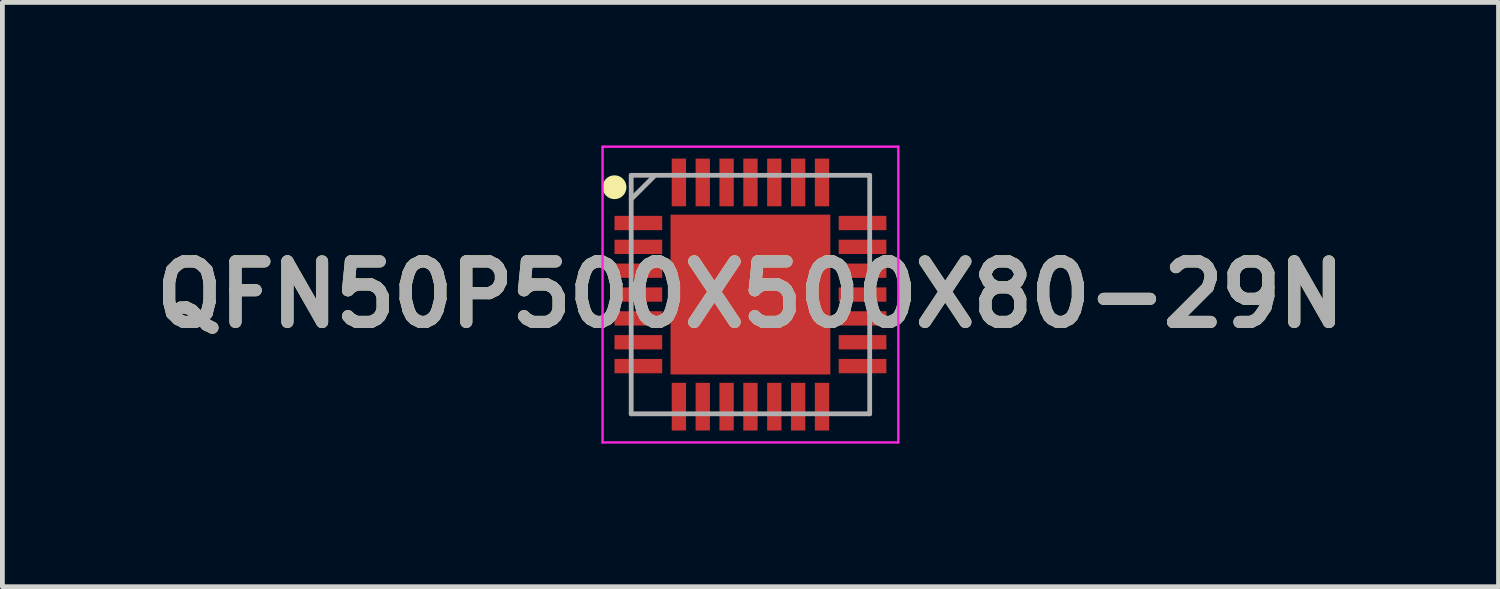
<source format=kicad_pcb>
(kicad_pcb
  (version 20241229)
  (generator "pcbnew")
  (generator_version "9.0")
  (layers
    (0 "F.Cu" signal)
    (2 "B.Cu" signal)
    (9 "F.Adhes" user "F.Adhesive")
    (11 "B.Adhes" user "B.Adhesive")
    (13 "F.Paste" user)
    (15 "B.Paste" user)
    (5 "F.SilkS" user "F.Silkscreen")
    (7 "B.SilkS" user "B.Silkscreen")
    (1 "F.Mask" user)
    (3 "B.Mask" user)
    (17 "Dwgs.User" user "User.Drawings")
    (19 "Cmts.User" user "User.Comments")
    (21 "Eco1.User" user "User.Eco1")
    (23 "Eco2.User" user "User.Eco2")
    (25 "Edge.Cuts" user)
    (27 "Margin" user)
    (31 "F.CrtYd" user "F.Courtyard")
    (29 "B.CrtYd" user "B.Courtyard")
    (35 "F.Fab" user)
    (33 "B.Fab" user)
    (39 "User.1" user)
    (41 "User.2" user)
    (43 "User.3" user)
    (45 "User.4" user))
  (footprint "QFN50P500X500X80-29N"
    (layer "F.Cu")
    (at 12.682 3.125)
    (property "Reference" "QFN50P500X500X80-29N" (at 0 0 0) (layer "F.SilkS") (effects (font (size 1.27 1.27) (thickness 0.254))))
    (attr smd)
    (fp_circle (center -2.85 -2.25) (end -2.85 -2.125) (stroke (width 0.25) (type solid)) (fill no) (layer "F.SilkS"))
    (fp_line (start -3.1 -3.1) (end 3.1 -3.1) (stroke (width 0.05) (type solid)) (layer "F.CrtYd"))
    (fp_line (start -3.1 3.1) (end -3.1 -3.1) (stroke (width 0.05) (type solid)) (layer "F.CrtYd"))
    (fp_line (start 3.1 -3.1) (end 3.1 3.1) (stroke (width 0.05) (type solid)) (layer "F.CrtYd"))
    (fp_line (start 3.1 3.1) (end -3.1 3.1) (stroke (width 0.05) (type solid)) (layer "F.CrtYd"))
    (fp_line (start -2.5 -2.5) (end 2.5 -2.5) (stroke (width 0.1) (type solid)) (layer "F.Fab"))
    (fp_line (start -2.5 -2) (end -2 -2.5) (stroke (width 0.1) (type solid)) (layer "F.Fab"))
    (fp_line (start -2.5 2.5) (end -2.5 -2.5) (stroke (width 0.1) (type solid)) (layer "F.Fab"))
    (fp_line (start 2.5 -2.5) (end 2.5 2.5) (stroke (width 0.1) (type solid)) (layer "F.Fab"))
    (fp_line (start 2.5 2.5) (end -2.5 2.5) (stroke (width 0.1) (type solid)) (layer "F.Fab"))
    (fp_text user "${REFERENCE}" (at 0 0 0) (layer "F.Fab") (effects (font (size 1.27 1.27) (thickness 0.254))))
    (pad "1" smd rect (at -2.35 -1.5 90) (size 0.3 1) (layers "F.Cu" "F.Mask" "F.Paste"))
    (pad "2" smd rect (at -2.35 -1 90) (size 0.3 1) (layers "F.Cu" "F.Mask" "F.Paste"))
    (pad "3" smd rect (at -2.35 -0.5 90) (size 0.3 1) (layers "F.Cu" "F.Mask" "F.Paste"))
    (pad "4" smd rect (at -2.35 0 90) (size 0.3 1) (layers "F.Cu" "F.Mask" "F.Paste"))
    (pad "5" smd rect (at -2.35 0.5 90) (size 0.3 1) (layers "F.Cu" "F.Mask" "F.Paste"))
    (pad "6" smd rect (at -2.35 1 90) (size 0.3 1) (layers "F.Cu" "F.Mask" "F.Paste"))
    (pad "7" smd rect (at -2.35 1.5 90) (size 0.3 1) (layers "F.Cu" "F.Mask" "F.Paste"))
    (pad "8" smd rect (at -1.5 2.35) (size 0.3 1) (layers "F.Cu" "F.Mask" "F.Paste"))
    (pad "9" smd rect (at -1 2.35) (size 0.3 1) (layers "F.Cu" "F.Mask" "F.Paste"))
    (pad "10" smd rect (at -0.5 2.35) (size 0.3 1) (layers "F.Cu" "F.Mask" "F.Paste"))
    (pad "11" smd rect (at 0 2.35) (size 0.3 1) (layers "F.Cu" "F.Mask" "F.Paste"))
    (pad "12" smd rect (at 0.5 2.35) (size 0.3 1) (layers "F.Cu" "F.Mask" "F.Paste"))
    (pad "13" smd rect (at 1 2.35) (size 0.3 1) (layers "F.Cu" "F.Mask" "F.Paste"))
    (pad "14" smd rect (at 1.5 2.35) (size 0.3 1) (layers "F.Cu" "F.Mask" "F.Paste"))
    (pad "15" smd rect (at 2.35 1.5 90) (size 0.3 1) (layers "F.Cu" "F.Mask" "F.Paste"))
    (pad "16" smd rect (at 2.35 1 90) (size 0.3 1) (layers "F.Cu" "F.Mask" "F.Paste"))
    (pad "17" smd rect (at 2.35 0.5 90) (size 0.3 1) (layers "F.Cu" "F.Mask" "F.Paste"))
    (pad "18" smd rect (at 2.35 0 90) (size 0.3 1) (layers "F.Cu" "F.Mask" "F.Paste"))
    (pad "19" smd rect (at 2.35 -0.5 90) (size 0.3 1) (layers "F.Cu" "F.Mask" "F.Paste"))
    (pad "20" smd rect (at 2.35 -1 90) (size 0.3 1) (layers "F.Cu" "F.Mask" "F.Paste"))
    (pad "21" smd rect (at 2.35 -1.5 90) (size 0.3 1) (layers "F.Cu" "F.Mask" "F.Paste"))
    (pad "22" smd rect (at 1.5 -2.35) (size 0.3 1) (layers "F.Cu" "F.Mask" "F.Paste"))
    (pad "23" smd rect (at 1 -2.35) (size 0.3 1) (layers "F.Cu" "F.Mask" "F.Paste"))
    (pad "24" smd rect (at 0.5 -2.35) (size 0.3 1) (layers "F.Cu" "F.Mask" "F.Paste"))
    (pad "25" smd rect (at 0 -2.35) (size 0.3 1) (layers "F.Cu" "F.Mask" "F.Paste"))
    (pad "26" smd rect (at -0.5 -2.35) (size 0.3 1) (layers "F.Cu" "F.Mask" "F.Paste"))
    (pad "27" smd rect (at -1 -2.35) (size 0.3 1) (layers "F.Cu" "F.Mask" "F.Paste"))
    (pad "28" smd rect (at -1.5 -2.35) (size 0.3 1) (layers "F.Cu" "F.Mask" "F.Paste"))
    (pad "29" smd rect (at 0 0) (size 3.35 3.35) (layers "F.Cu" "F.Mask" "F.Paste")))
  (gr_rect
    (start -3 -3)
    (end 28.364 9.25)
    (stroke (width 0.1) (type default))
    (fill no)
    (layer "Edge.Cuts")))
</source>
